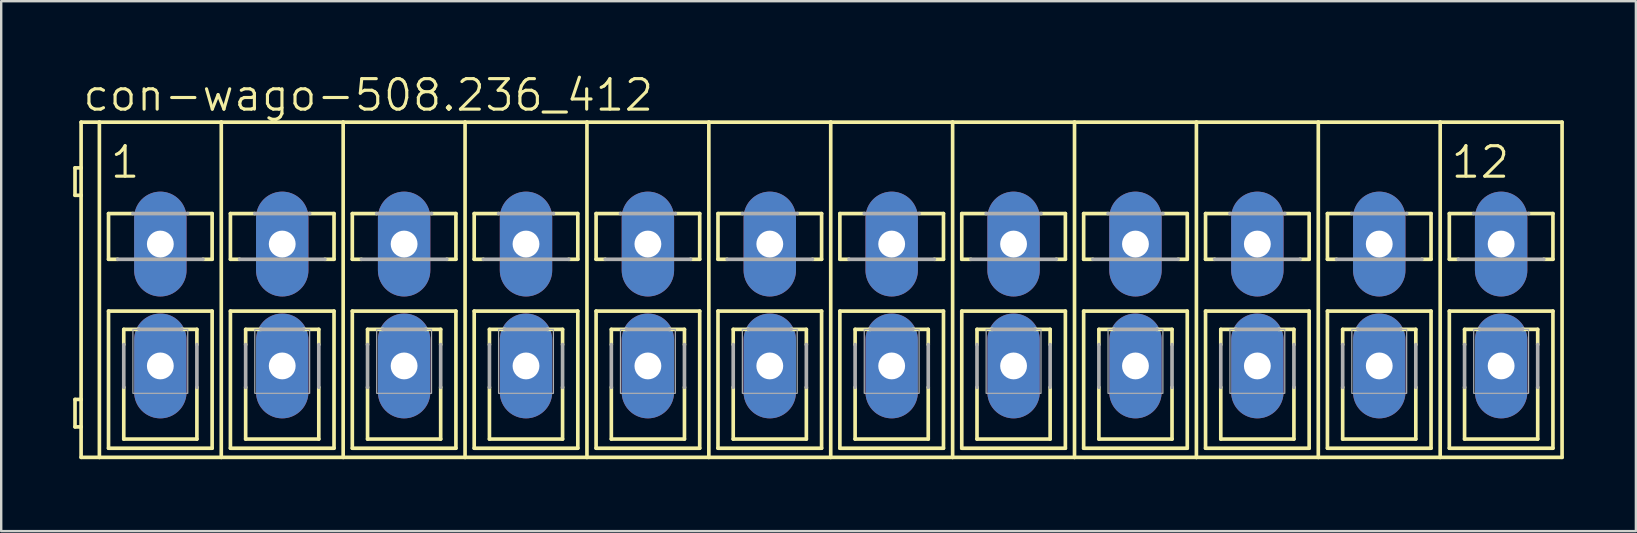
<source format=kicad_pcb>
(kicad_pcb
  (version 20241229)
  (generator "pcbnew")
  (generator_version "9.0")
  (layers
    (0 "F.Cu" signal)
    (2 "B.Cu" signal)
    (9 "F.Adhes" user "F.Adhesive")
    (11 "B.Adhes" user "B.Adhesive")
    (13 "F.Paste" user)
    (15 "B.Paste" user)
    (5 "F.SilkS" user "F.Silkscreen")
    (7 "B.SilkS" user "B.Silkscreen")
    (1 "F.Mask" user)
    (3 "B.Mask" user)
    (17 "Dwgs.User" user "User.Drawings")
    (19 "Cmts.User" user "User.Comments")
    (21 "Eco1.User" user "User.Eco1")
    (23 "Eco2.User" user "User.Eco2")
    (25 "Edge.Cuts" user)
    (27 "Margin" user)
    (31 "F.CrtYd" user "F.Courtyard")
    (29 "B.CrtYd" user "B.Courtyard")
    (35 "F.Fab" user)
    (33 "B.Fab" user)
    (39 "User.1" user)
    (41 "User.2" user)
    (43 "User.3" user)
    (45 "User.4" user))
  (footprint "con-wago-508.236_412"
    (layer "F.Cu")
    (at 3.632 9.661)
    (property "Reference" "con-wago-508.236_412" (at -3.302 -8.001 0) (layer "F.SilkS") (effects (font (size 1.27 1.27) (thickness 0.13)) (justify left bottom)))
    (attr through_hole)
    (fp_line (start -3.556 -4.572) (end -3.556 -5.715) (stroke (width 0.152) (type default)) (layer "F.SilkS"))
    (fp_line (start -3.556 -4.572) (end -3.302 -4.572) (stroke (width 0.152) (type default)) (layer "F.SilkS"))
    (fp_line (start -3.556 3.937) (end -3.556 5.08) (stroke (width 0.152) (type default)) (layer "F.SilkS"))
    (fp_line (start -3.556 5.08) (end -3.302 5.08) (stroke (width 0.152) (type default)) (layer "F.SilkS"))
    (fp_line (start -3.302 -7.62) (end -2.54 -7.62) (stroke (width 0.152) (type default)) (layer "F.SilkS"))
    (fp_line (start -3.302 -5.715) (end -3.556 -5.715) (stroke (width 0.152) (type default)) (layer "F.SilkS"))
    (fp_line (start -3.302 -5.715) (end -3.302 -7.62) (stroke (width 0.152) (type default)) (layer "F.SilkS"))
    (fp_line (start -3.302 -4.572) (end -3.302 -5.715) (stroke (width 0.152) (type default)) (layer "F.SilkS"))
    (fp_line (start -3.302 3.937) (end -3.556 3.937) (stroke (width 0.152) (type default)) (layer "F.SilkS"))
    (fp_line (start -3.302 3.937) (end -3.302 -4.572) (stroke (width 0.152) (type default)) (layer "F.SilkS"))
    (fp_line (start -3.302 5.08) (end -3.302 3.937) (stroke (width 0.152) (type default)) (layer "F.SilkS"))
    (fp_line (start -3.302 6.35) (end -3.302 5.08) (stroke (width 0.152) (type default)) (layer "F.SilkS"))
    (fp_line (start -2.54 6.35) (end -3.302 6.35) (stroke (width 0.152) (type default)) (layer "F.SilkS"))
    (fp_line (start -2.54 6.35) (end -2.54 -7.62) (stroke (width 0.152) (type default)) (layer "F.SilkS"))
    (fp_line (start -2.54 6.35) (end 2.54 6.35) (stroke (width 0.152) (type default)) (layer "F.SilkS"))
    (fp_line (start -2.159 -3.81) (end -1.143 -3.81) (stroke (width 0.152) (type default)) (layer "F.SilkS"))
    (fp_line (start -2.159 -1.905) (end -2.159 -3.81) (stroke (width 0.152) (type default)) (layer "F.SilkS"))
    (fp_line (start -2.159 -1.905) (end -1.778 -1.905) (stroke (width 0.152) (type default)) (layer "F.SilkS"))
    (fp_line (start -2.159 5.969) (end -2.159 0.254) (stroke (width 0.152) (type default)) (layer "F.SilkS"))
    (fp_line (start -2.159 5.969) (end 2.159 5.969) (stroke (width 0.152) (type default)) (layer "F.SilkS"))
    (fp_line (start -1.524 1.651) (end -1.524 1.016) (stroke (width 0.152) (type default)) (layer "F.SilkS"))
    (fp_line (start -1.524 3.429) (end -1.524 5.588) (stroke (width 0.152) (type default)) (layer "F.SilkS"))
    (fp_line (start -0.889 1.016) (end -1.524 1.016) (stroke (width 0.152) (type default)) (layer "F.SilkS"))
    (fp_line (start 0.889 1.016) (end 1.524 1.016) (stroke (width 0.152) (type default)) (layer "F.SilkS"))
    (fp_line (start 1.143 -3.81) (end 2.159 -3.81) (stroke (width 0.152) (type default)) (layer "F.SilkS"))
    (fp_line (start 1.524 1.651) (end 1.524 1.016) (stroke (width 0.152) (type default)) (layer "F.SilkS"))
    (fp_line (start 1.524 3.429) (end 1.524 5.588) (stroke (width 0.152) (type default)) (layer "F.SilkS"))
    (fp_line (start 1.524 5.588) (end -1.524 5.588) (stroke (width 0.152) (type default)) (layer "F.SilkS"))
    (fp_line (start 1.778 -1.905) (end 2.159 -1.905) (stroke (width 0.152) (type default)) (layer "F.SilkS"))
    (fp_line (start 2.159 -3.81) (end 2.159 -1.905) (stroke (width 0.152) (type default)) (layer "F.SilkS"))
    (fp_line (start 2.159 0.254) (end -2.159 0.254) (stroke (width 0.152) (type default)) (layer "F.SilkS"))
    (fp_line (start 2.159 0.254) (end 2.159 5.969) (stroke (width 0.152) (type default)) (layer "F.SilkS"))
    (fp_line (start 2.54 -7.62) (end -2.54 -7.62) (stroke (width 0.152) (type default)) (layer "F.SilkS"))
    (fp_line (start 2.54 6.35) (end 2.54 -7.62) (stroke (width 0.152) (type default)) (layer "F.SilkS"))
    (fp_line (start 2.54 6.35) (end 7.62 6.35) (stroke (width 0.152) (type default)) (layer "F.SilkS"))
    (fp_line (start 2.921 -3.81) (end 3.937 -3.81) (stroke (width 0.152) (type default)) (layer "F.SilkS"))
    (fp_line (start 2.921 -1.905) (end 2.921 -3.81) (stroke (width 0.152) (type default)) (layer "F.SilkS"))
    (fp_line (start 2.921 -1.905) (end 3.302 -1.905) (stroke (width 0.152) (type default)) (layer "F.SilkS"))
    (fp_line (start 2.921 5.969) (end 2.921 0.254) (stroke (width 0.152) (type default)) (layer "F.SilkS"))
    (fp_line (start 2.921 5.969) (end 7.239 5.969) (stroke (width 0.152) (type default)) (layer "F.SilkS"))
    (fp_line (start 3.556 1.651) (end 3.556 1.016) (stroke (width 0.152) (type default)) (layer "F.SilkS"))
    (fp_line (start 3.556 3.429) (end 3.556 5.588) (stroke (width 0.152) (type default)) (layer "F.SilkS"))
    (fp_line (start 4.191 1.016) (end 3.556 1.016) (stroke (width 0.152) (type default)) (layer "F.SilkS"))
    (fp_line (start 5.969 1.016) (end 6.604 1.016) (stroke (width 0.152) (type default)) (layer "F.SilkS"))
    (fp_line (start 6.223 -3.81) (end 7.239 -3.81) (stroke (width 0.152) (type default)) (layer "F.SilkS"))
    (fp_line (start 6.604 1.651) (end 6.604 1.016) (stroke (width 0.152) (type default)) (layer "F.SilkS"))
    (fp_line (start 6.604 3.429) (end 6.604 5.588) (stroke (width 0.152) (type default)) (layer "F.SilkS"))
    (fp_line (start 6.604 5.588) (end 3.556 5.588) (stroke (width 0.152) (type default)) (layer "F.SilkS"))
    (fp_line (start 6.858 -1.905) (end 7.239 -1.905) (stroke (width 0.152) (type default)) (layer "F.SilkS"))
    (fp_line (start 7.239 -3.81) (end 7.239 -1.905) (stroke (width 0.152) (type default)) (layer "F.SilkS"))
    (fp_line (start 7.239 0.254) (end 2.921 0.254) (stroke (width 0.152) (type default)) (layer "F.SilkS"))
    (fp_line (start 7.239 0.254) (end 7.239 5.969) (stroke (width 0.152) (type default)) (layer "F.SilkS"))
    (fp_line (start 7.62 -7.62) (end 2.54 -7.62) (stroke (width 0.152) (type default)) (layer "F.SilkS"))
    (fp_line (start 7.62 6.35) (end 7.62 -7.62) (stroke (width 0.152) (type default)) (layer "F.SilkS"))
    (fp_line (start 7.62 6.35) (end 12.7 6.35) (stroke (width 0.152) (type default)) (layer "F.SilkS"))
    (fp_line (start 8.001 -3.81) (end 9.017 -3.81) (stroke (width 0.152) (type default)) (layer "F.SilkS"))
    (fp_line (start 8.001 -1.905) (end 8.001 -3.81) (stroke (width 0.152) (type default)) (layer "F.SilkS"))
    (fp_line (start 8.001 -1.905) (end 8.382 -1.905) (stroke (width 0.152) (type default)) (layer "F.SilkS"))
    (fp_line (start 8.001 5.969) (end 8.001 0.254) (stroke (width 0.152) (type default)) (layer "F.SilkS"))
    (fp_line (start 8.001 5.969) (end 12.319 5.969) (stroke (width 0.152) (type default)) (layer "F.SilkS"))
    (fp_line (start 8.636 1.651) (end 8.636 1.016) (stroke (width 0.152) (type default)) (layer "F.SilkS"))
    (fp_line (start 8.636 3.429) (end 8.636 5.588) (stroke (width 0.152) (type default)) (layer "F.SilkS"))
    (fp_line (start 9.271 1.016) (end 8.636 1.016) (stroke (width 0.152) (type default)) (layer "F.SilkS"))
    (fp_line (start 11.049 1.016) (end 11.684 1.016) (stroke (width 0.152) (type default)) (layer "F.SilkS"))
    (fp_line (start 11.303 -3.81) (end 12.319 -3.81) (stroke (width 0.152) (type default)) (layer "F.SilkS"))
    (fp_line (start 11.684 1.651) (end 11.684 1.016) (stroke (width 0.152) (type default)) (layer "F.SilkS"))
    (fp_line (start 11.684 3.429) (end 11.684 5.588) (stroke (width 0.152) (type default)) (layer "F.SilkS"))
    (fp_line (start 11.684 5.588) (end 8.636 5.588) (stroke (width 0.152) (type default)) (layer "F.SilkS"))
    (fp_line (start 11.938 -1.905) (end 12.319 -1.905) (stroke (width 0.152) (type default)) (layer "F.SilkS"))
    (fp_line (start 12.319 -3.81) (end 12.319 -1.905) (stroke (width 0.152) (type default)) (layer "F.SilkS"))
    (fp_line (start 12.319 0.254) (end 8.001 0.254) (stroke (width 0.152) (type default)) (layer "F.SilkS"))
    (fp_line (start 12.319 0.254) (end 12.319 5.969) (stroke (width 0.152) (type default)) (layer "F.SilkS"))
    (fp_line (start 12.7 -7.62) (end 7.62 -7.62) (stroke (width 0.152) (type default)) (layer "F.SilkS"))
    (fp_line (start 12.7 6.35) (end 12.7 -7.62) (stroke (width 0.152) (type default)) (layer "F.SilkS"))
    (fp_line (start 12.7 6.35) (end 17.78 6.35) (stroke (width 0.152) (type default)) (layer "F.SilkS"))
    (fp_line (start 13.081 -3.81) (end 14.097 -3.81) (stroke (width 0.152) (type default)) (layer "F.SilkS"))
    (fp_line (start 13.081 -1.905) (end 13.081 -3.81) (stroke (width 0.152) (type default)) (layer "F.SilkS"))
    (fp_line (start 13.081 -1.905) (end 13.462 -1.905) (stroke (width 0.152) (type default)) (layer "F.SilkS"))
    (fp_line (start 13.081 5.969) (end 13.081 0.254) (stroke (width 0.152) (type default)) (layer "F.SilkS"))
    (fp_line (start 13.081 5.969) (end 17.399 5.969) (stroke (width 0.152) (type default)) (layer "F.SilkS"))
    (fp_line (start 13.716 1.651) (end 13.716 1.016) (stroke (width 0.152) (type default)) (layer "F.SilkS"))
    (fp_line (start 13.716 3.429) (end 13.716 5.588) (stroke (width 0.152) (type default)) (layer "F.SilkS"))
    (fp_line (start 14.351 1.016) (end 13.716 1.016) (stroke (width 0.152) (type default)) (layer "F.SilkS"))
    (fp_line (start 16.129 1.016) (end 16.764 1.016) (stroke (width 0.152) (type default)) (layer "F.SilkS"))
    (fp_line (start 16.383 -3.81) (end 17.399 -3.81) (stroke (width 0.152) (type default)) (layer "F.SilkS"))
    (fp_line (start 16.764 1.651) (end 16.764 1.016) (stroke (width 0.152) (type default)) (layer "F.SilkS"))
    (fp_line (start 16.764 3.429) (end 16.764 5.588) (stroke (width 0.152) (type default)) (layer "F.SilkS"))
    (fp_line (start 16.764 5.588) (end 13.716 5.588) (stroke (width 0.152) (type default)) (layer "F.SilkS"))
    (fp_line (start 17.018 -1.905) (end 17.399 -1.905) (stroke (width 0.152) (type default)) (layer "F.SilkS"))
    (fp_line (start 17.399 -3.81) (end 17.399 -1.905) (stroke (width 0.152) (type default)) (layer "F.SilkS"))
    (fp_line (start 17.399 0.254) (end 13.081 0.254) (stroke (width 0.152) (type default)) (layer "F.SilkS"))
    (fp_line (start 17.399 0.254) (end 17.399 5.969) (stroke (width 0.152) (type default)) (layer "F.SilkS"))
    (fp_line (start 17.78 -7.62) (end 12.7 -7.62) (stroke (width 0.152) (type default)) (layer "F.SilkS"))
    (fp_line (start 17.78 6.35) (end 17.78 -7.62) (stroke (width 0.152) (type default)) (layer "F.SilkS"))
    (fp_line (start 17.78 6.35) (end 22.86 6.35) (stroke (width 0.152) (type default)) (layer "F.SilkS"))
    (fp_line (start 18.161 -3.81) (end 19.177 -3.81) (stroke (width 0.152) (type default)) (layer "F.SilkS"))
    (fp_line (start 18.161 -1.905) (end 18.161 -3.81) (stroke (width 0.152) (type default)) (layer "F.SilkS"))
    (fp_line (start 18.161 -1.905) (end 18.542 -1.905) (stroke (width 0.152) (type default)) (layer "F.SilkS"))
    (fp_line (start 18.161 5.969) (end 18.161 0.254) (stroke (width 0.152) (type default)) (layer "F.SilkS"))
    (fp_line (start 18.161 5.969) (end 22.479 5.969) (stroke (width 0.152) (type default)) (layer "F.SilkS"))
    (fp_line (start 18.796 1.651) (end 18.796 1.016) (stroke (width 0.152) (type default)) (layer "F.SilkS"))
    (fp_line (start 18.796 3.429) (end 18.796 5.588) (stroke (width 0.152) (type default)) (layer "F.SilkS"))
    (fp_line (start 19.431 1.016) (end 18.796 1.016) (stroke (width 0.152) (type default)) (layer "F.SilkS"))
    (fp_line (start 21.209 1.016) (end 21.844 1.016) (stroke (width 0.152) (type default)) (layer "F.SilkS"))
    (fp_line (start 21.463 -3.81) (end 22.479 -3.81) (stroke (width 0.152) (type default)) (layer "F.SilkS"))
    (fp_line (start 21.844 1.651) (end 21.844 1.016) (stroke (width 0.152) (type default)) (layer "F.SilkS"))
    (fp_line (start 21.844 3.429) (end 21.844 5.588) (stroke (width 0.152) (type default)) (layer "F.SilkS"))
    (fp_line (start 21.844 5.588) (end 18.796 5.588) (stroke (width 0.152) (type default)) (layer "F.SilkS"))
    (fp_line (start 22.098 -1.905) (end 22.479 -1.905) (stroke (width 0.152) (type default)) (layer "F.SilkS"))
    (fp_line (start 22.479 -3.81) (end 22.479 -1.905) (stroke (width 0.152) (type default)) (layer "F.SilkS"))
    (fp_line (start 22.479 0.254) (end 18.161 0.254) (stroke (width 0.152) (type default)) (layer "F.SilkS"))
    (fp_line (start 22.479 0.254) (end 22.479 5.969) (stroke (width 0.152) (type default)) (layer "F.SilkS"))
    (fp_line (start 22.86 -7.62) (end 17.78 -7.62) (stroke (width 0.152) (type default)) (layer "F.SilkS"))
    (fp_line (start 22.86 6.35) (end 22.86 -7.62) (stroke (width 0.152) (type default)) (layer "F.SilkS"))
    (fp_line (start 22.86 6.35) (end 27.94 6.35) (stroke (width 0.152) (type default)) (layer "F.SilkS"))
    (fp_line (start 23.241 -3.81) (end 24.257 -3.81) (stroke (width 0.152) (type default)) (layer "F.SilkS"))
    (fp_line (start 23.241 -1.905) (end 23.241 -3.81) (stroke (width 0.152) (type default)) (layer "F.SilkS"))
    (fp_line (start 23.241 -1.905) (end 23.622 -1.905) (stroke (width 0.152) (type default)) (layer "F.SilkS"))
    (fp_line (start 23.241 5.969) (end 23.241 0.254) (stroke (width 0.152) (type default)) (layer "F.SilkS"))
    (fp_line (start 23.241 5.969) (end 27.559 5.969) (stroke (width 0.152) (type default)) (layer "F.SilkS"))
    (fp_line (start 23.876 1.651) (end 23.876 1.016) (stroke (width 0.152) (type default)) (layer "F.SilkS"))
    (fp_line (start 23.876 3.429) (end 23.876 5.588) (stroke (width 0.152) (type default)) (layer "F.SilkS"))
    (fp_line (start 24.511 1.016) (end 23.876 1.016) (stroke (width 0.152) (type default)) (layer "F.SilkS"))
    (fp_line (start 26.289 1.016) (end 26.924 1.016) (stroke (width 0.152) (type default)) (layer "F.SilkS"))
    (fp_line (start 26.543 -3.81) (end 27.559 -3.81) (stroke (width 0.152) (type default)) (layer "F.SilkS"))
    (fp_line (start 26.924 1.651) (end 26.924 1.016) (stroke (width 0.152) (type default)) (layer "F.SilkS"))
    (fp_line (start 26.924 3.429) (end 26.924 5.588) (stroke (width 0.152) (type default)) (layer "F.SilkS"))
    (fp_line (start 26.924 5.588) (end 23.876 5.588) (stroke (width 0.152) (type default)) (layer "F.SilkS"))
    (fp_line (start 27.178 -1.905) (end 27.559 -1.905) (stroke (width 0.152) (type default)) (layer "F.SilkS"))
    (fp_line (start 27.559 -3.81) (end 27.559 -1.905) (stroke (width 0.152) (type default)) (layer "F.SilkS"))
    (fp_line (start 27.559 0.254) (end 23.241 0.254) (stroke (width 0.152) (type default)) (layer "F.SilkS"))
    (fp_line (start 27.559 0.254) (end 27.559 5.969) (stroke (width 0.152) (type default)) (layer "F.SilkS"))
    (fp_line (start 27.94 -7.62) (end 22.86 -7.62) (stroke (width 0.152) (type default)) (layer "F.SilkS"))
    (fp_line (start 27.94 6.35) (end 27.94 -7.62) (stroke (width 0.152) (type default)) (layer "F.SilkS"))
    (fp_line (start 27.94 6.35) (end 33.02 6.35) (stroke (width 0.152) (type default)) (layer "F.SilkS"))
    (fp_line (start 28.321 -3.81) (end 29.337 -3.81) (stroke (width 0.152) (type default)) (layer "F.SilkS"))
    (fp_line (start 28.321 -1.905) (end 28.321 -3.81) (stroke (width 0.152) (type default)) (layer "F.SilkS"))
    (fp_line (start 28.321 -1.905) (end 28.702 -1.905) (stroke (width 0.152) (type default)) (layer "F.SilkS"))
    (fp_line (start 28.321 5.969) (end 28.321 0.254) (stroke (width 0.152) (type default)) (layer "F.SilkS"))
    (fp_line (start 28.321 5.969) (end 32.639 5.969) (stroke (width 0.152) (type default)) (layer "F.SilkS"))
    (fp_line (start 28.956 1.651) (end 28.956 1.016) (stroke (width 0.152) (type default)) (layer "F.SilkS"))
    (fp_line (start 28.956 3.429) (end 28.956 5.588) (stroke (width 0.152) (type default)) (layer "F.SilkS"))
    (fp_line (start 29.591 1.016) (end 28.956 1.016) (stroke (width 0.152) (type default)) (layer "F.SilkS"))
    (fp_line (start 31.369 1.016) (end 32.004 1.016) (stroke (width 0.152) (type default)) (layer "F.SilkS"))
    (fp_line (start 31.623 -3.81) (end 32.639 -3.81) (stroke (width 0.152) (type default)) (layer "F.SilkS"))
    (fp_line (start 32.004 1.651) (end 32.004 1.016) (stroke (width 0.152) (type default)) (layer "F.SilkS"))
    (fp_line (start 32.004 3.429) (end 32.004 5.588) (stroke (width 0.152) (type default)) (layer "F.SilkS"))
    (fp_line (start 32.004 5.588) (end 28.956 5.588) (stroke (width 0.152) (type default)) (layer "F.SilkS"))
    (fp_line (start 32.258 -1.905) (end 32.639 -1.905) (stroke (width 0.152) (type default)) (layer "F.SilkS"))
    (fp_line (start 32.639 -3.81) (end 32.639 -1.905) (stroke (width 0.152) (type default)) (layer "F.SilkS"))
    (fp_line (start 32.639 0.254) (end 28.321 0.254) (stroke (width 0.152) (type default)) (layer "F.SilkS"))
    (fp_line (start 32.639 0.254) (end 32.639 5.969) (stroke (width 0.152) (type default)) (layer "F.SilkS"))
    (fp_line (start 33.02 -7.62) (end 27.94 -7.62) (stroke (width 0.152) (type default)) (layer "F.SilkS"))
    (fp_line (start 33.02 6.35) (end 33.02 -7.62) (stroke (width 0.152) (type default)) (layer "F.SilkS"))
    (fp_line (start 33.02 6.35) (end 38.1 6.35) (stroke (width 0.152) (type default)) (layer "F.SilkS"))
    (fp_line (start 33.401 -3.81) (end 34.417 -3.81) (stroke (width 0.152) (type default)) (layer "F.SilkS"))
    (fp_line (start 33.401 -1.905) (end 33.401 -3.81) (stroke (width 0.152) (type default)) (layer "F.SilkS"))
    (fp_line (start 33.401 -1.905) (end 33.782 -1.905) (stroke (width 0.152) (type default)) (layer "F.SilkS"))
    (fp_line (start 33.401 5.969) (end 33.401 0.254) (stroke (width 0.152) (type default)) (layer "F.SilkS"))
    (fp_line (start 33.401 5.969) (end 37.719 5.969) (stroke (width 0.152) (type default)) (layer "F.SilkS"))
    (fp_line (start 34.036 1.651) (end 34.036 1.016) (stroke (width 0.152) (type default)) (layer "F.SilkS"))
    (fp_line (start 34.036 3.429) (end 34.036 5.588) (stroke (width 0.152) (type default)) (layer "F.SilkS"))
    (fp_line (start 34.671 1.016) (end 34.036 1.016) (stroke (width 0.152) (type default)) (layer "F.SilkS"))
    (fp_line (start 36.449 1.016) (end 37.084 1.016) (stroke (width 0.152) (type default)) (layer "F.SilkS"))
    (fp_line (start 36.703 -3.81) (end 37.719 -3.81) (stroke (width 0.152) (type default)) (layer "F.SilkS"))
    (fp_line (start 37.084 1.651) (end 37.084 1.016) (stroke (width 0.152) (type default)) (layer "F.SilkS"))
    (fp_line (start 37.084 3.429) (end 37.084 5.588) (stroke (width 0.152) (type default)) (layer "F.SilkS"))
    (fp_line (start 37.084 5.588) (end 34.036 5.588) (stroke (width 0.152) (type default)) (layer "F.SilkS"))
    (fp_line (start 37.338 -1.905) (end 37.719 -1.905) (stroke (width 0.152) (type default)) (layer "F.SilkS"))
    (fp_line (start 37.719 -3.81) (end 37.719 -1.905) (stroke (width 0.152) (type default)) (layer "F.SilkS"))
    (fp_line (start 37.719 0.254) (end 33.401 0.254) (stroke (width 0.152) (type default)) (layer "F.SilkS"))
    (fp_line (start 37.719 0.254) (end 37.719 5.969) (stroke (width 0.152) (type default)) (layer "F.SilkS"))
    (fp_line (start 38.1 -7.62) (end 33.02 -7.62) (stroke (width 0.152) (type default)) (layer "F.SilkS"))
    (fp_line (start 38.1 6.35) (end 38.1 -7.62) (stroke (width 0.152) (type default)) (layer "F.SilkS"))
    (fp_line (start 38.1 6.35) (end 43.18 6.35) (stroke (width 0.152) (type default)) (layer "F.SilkS"))
    (fp_line (start 38.481 -3.81) (end 39.497 -3.81) (stroke (width 0.152) (type default)) (layer "F.SilkS"))
    (fp_line (start 38.481 -1.905) (end 38.481 -3.81) (stroke (width 0.152) (type default)) (layer "F.SilkS"))
    (fp_line (start 38.481 -1.905) (end 38.862 -1.905) (stroke (width 0.152) (type default)) (layer "F.SilkS"))
    (fp_line (start 38.481 5.969) (end 38.481 0.254) (stroke (width 0.152) (type default)) (layer "F.SilkS"))
    (fp_line (start 38.481 5.969) (end 42.799 5.969) (stroke (width 0.152) (type default)) (layer "F.SilkS"))
    (fp_line (start 39.116 1.651) (end 39.116 1.016) (stroke (width 0.152) (type default)) (layer "F.SilkS"))
    (fp_line (start 39.116 3.429) (end 39.116 5.588) (stroke (width 0.152) (type default)) (layer "F.SilkS"))
    (fp_line (start 39.751 1.016) (end 39.116 1.016) (stroke (width 0.152) (type default)) (layer "F.SilkS"))
    (fp_line (start 41.529 1.016) (end 42.164 1.016) (stroke (width 0.152) (type default)) (layer "F.SilkS"))
    (fp_line (start 41.783 -3.81) (end 42.799 -3.81) (stroke (width 0.152) (type default)) (layer "F.SilkS"))
    (fp_line (start 42.164 1.651) (end 42.164 1.016) (stroke (width 0.152) (type default)) (layer "F.SilkS"))
    (fp_line (start 42.164 3.429) (end 42.164 5.588) (stroke (width 0.152) (type default)) (layer "F.SilkS"))
    (fp_line (start 42.164 5.588) (end 39.116 5.588) (stroke (width 0.152) (type default)) (layer "F.SilkS"))
    (fp_line (start 42.418 -1.905) (end 42.799 -1.905) (stroke (width 0.152) (type default)) (layer "F.SilkS"))
    (fp_line (start 42.799 -3.81) (end 42.799 -1.905) (stroke (width 0.152) (type default)) (layer "F.SilkS"))
    (fp_line (start 42.799 0.254) (end 38.481 0.254) (stroke (width 0.152) (type default)) (layer "F.SilkS"))
    (fp_line (start 42.799 0.254) (end 42.799 5.969) (stroke (width 0.152) (type default)) (layer "F.SilkS"))
    (fp_line (start 43.18 -7.62) (end 38.1 -7.62) (stroke (width 0.152) (type default)) (layer "F.SilkS"))
    (fp_line (start 43.18 6.35) (end 43.18 -7.62) (stroke (width 0.152) (type default)) (layer "F.SilkS"))
    (fp_line (start 43.18 6.35) (end 48.26 6.35) (stroke (width 0.152) (type default)) (layer "F.SilkS"))
    (fp_line (start 43.561 -3.81) (end 44.577 -3.81) (stroke (width 0.152) (type default)) (layer "F.SilkS"))
    (fp_line (start 43.561 -1.905) (end 43.561 -3.81) (stroke (width 0.152) (type default)) (layer "F.SilkS"))
    (fp_line (start 43.561 -1.905) (end 43.942 -1.905) (stroke (width 0.152) (type default)) (layer "F.SilkS"))
    (fp_line (start 43.561 5.969) (end 43.561 0.254) (stroke (width 0.152) (type default)) (layer "F.SilkS"))
    (fp_line (start 43.561 5.969) (end 47.879 5.969) (stroke (width 0.152) (type default)) (layer "F.SilkS"))
    (fp_line (start 44.196 1.651) (end 44.196 1.016) (stroke (width 0.152) (type default)) (layer "F.SilkS"))
    (fp_line (start 44.196 3.429) (end 44.196 5.588) (stroke (width 0.152) (type default)) (layer "F.SilkS"))
    (fp_line (start 44.831 1.016) (end 44.196 1.016) (stroke (width 0.152) (type default)) (layer "F.SilkS"))
    (fp_line (start 46.609 1.016) (end 47.244 1.016) (stroke (width 0.152) (type default)) (layer "F.SilkS"))
    (fp_line (start 46.863 -3.81) (end 47.879 -3.81) (stroke (width 0.152) (type default)) (layer "F.SilkS"))
    (fp_line (start 47.244 1.651) (end 47.244 1.016) (stroke (width 0.152) (type default)) (layer "F.SilkS"))
    (fp_line (start 47.244 3.429) (end 47.244 5.588) (stroke (width 0.152) (type default)) (layer "F.SilkS"))
    (fp_line (start 47.244 5.588) (end 44.196 5.588) (stroke (width 0.152) (type default)) (layer "F.SilkS"))
    (fp_line (start 47.498 -1.905) (end 47.879 -1.905) (stroke (width 0.152) (type default)) (layer "F.SilkS"))
    (fp_line (start 47.879 -3.81) (end 47.879 -1.905) (stroke (width 0.152) (type default)) (layer "F.SilkS"))
    (fp_line (start 47.879 0.254) (end 43.561 0.254) (stroke (width 0.152) (type default)) (layer "F.SilkS"))
    (fp_line (start 47.879 0.254) (end 47.879 5.969) (stroke (width 0.152) (type default)) (layer "F.SilkS"))
    (fp_line (start 48.26 -7.62) (end 43.18 -7.62) (stroke (width 0.152) (type default)) (layer "F.SilkS"))
    (fp_line (start 48.26 6.35) (end 48.26 -7.62) (stroke (width 0.152) (type default)) (layer "F.SilkS"))
    (fp_line (start 48.26 6.35) (end 53.34 6.35) (stroke (width 0.152) (type default)) (layer "F.SilkS"))
    (fp_line (start 48.641 -3.81) (end 49.657 -3.81) (stroke (width 0.152) (type default)) (layer "F.SilkS"))
    (fp_line (start 48.641 -1.905) (end 48.641 -3.81) (stroke (width 0.152) (type default)) (layer "F.SilkS"))
    (fp_line (start 48.641 -1.905) (end 49.022 -1.905) (stroke (width 0.152) (type default)) (layer "F.SilkS"))
    (fp_line (start 48.641 5.969) (end 48.641 0.254) (stroke (width 0.152) (type default)) (layer "F.SilkS"))
    (fp_line (start 48.641 5.969) (end 52.959 5.969) (stroke (width 0.152) (type default)) (layer "F.SilkS"))
    (fp_line (start 49.276 1.651) (end 49.276 1.016) (stroke (width 0.152) (type default)) (layer "F.SilkS"))
    (fp_line (start 49.276 3.429) (end 49.276 5.588) (stroke (width 0.152) (type default)) (layer "F.SilkS"))
    (fp_line (start 49.911 1.016) (end 49.276 1.016) (stroke (width 0.152) (type default)) (layer "F.SilkS"))
    (fp_line (start 51.689 1.016) (end 52.324 1.016) (stroke (width 0.152) (type default)) (layer "F.SilkS"))
    (fp_line (start 51.943 -3.81) (end 52.959 -3.81) (stroke (width 0.152) (type default)) (layer "F.SilkS"))
    (fp_line (start 52.324 1.651) (end 52.324 1.016) (stroke (width 0.152) (type default)) (layer "F.SilkS"))
    (fp_line (start 52.324 3.429) (end 52.324 5.588) (stroke (width 0.152) (type default)) (layer "F.SilkS"))
    (fp_line (start 52.324 5.588) (end 49.276 5.588) (stroke (width 0.152) (type default)) (layer "F.SilkS"))
    (fp_line (start 52.578 -1.905) (end 52.959 -1.905) (stroke (width 0.152) (type default)) (layer "F.SilkS"))
    (fp_line (start 52.959 -3.81) (end 52.959 -1.905) (stroke (width 0.152) (type default)) (layer "F.SilkS"))
    (fp_line (start 52.959 0.254) (end 48.641 0.254) (stroke (width 0.152) (type default)) (layer "F.SilkS"))
    (fp_line (start 52.959 0.254) (end 52.959 5.969) (stroke (width 0.152) (type default)) (layer "F.SilkS"))
    (fp_line (start 53.34 -7.62) (end 48.26 -7.62) (stroke (width 0.152) (type default)) (layer "F.SilkS"))
    (fp_line (start 53.34 6.35) (end 53.34 -7.62) (stroke (width 0.152) (type default)) (layer "F.SilkS"))
    (fp_line (start 53.34 6.35) (end 58.42 6.35) (stroke (width 0.152) (type default)) (layer "F.SilkS"))
    (fp_line (start 53.721 -3.81) (end 54.737 -3.81) (stroke (width 0.152) (type default)) (layer "F.SilkS"))
    (fp_line (start 53.721 -1.905) (end 53.721 -3.81) (stroke (width 0.152) (type default)) (layer "F.SilkS"))
    (fp_line (start 53.721 -1.905) (end 54.102 -1.905) (stroke (width 0.152) (type default)) (layer "F.SilkS"))
    (fp_line (start 53.721 5.969) (end 53.721 0.254) (stroke (width 0.152) (type default)) (layer "F.SilkS"))
    (fp_line (start 53.721 5.969) (end 58.039 5.969) (stroke (width 0.152) (type default)) (layer "F.SilkS"))
    (fp_line (start 54.356 1.651) (end 54.356 1.016) (stroke (width 0.152) (type default)) (layer "F.SilkS"))
    (fp_line (start 54.356 3.429) (end 54.356 5.588) (stroke (width 0.152) (type default)) (layer "F.SilkS"))
    (fp_line (start 54.991 1.016) (end 54.356 1.016) (stroke (width 0.152) (type default)) (layer "F.SilkS"))
    (fp_line (start 56.769 1.016) (end 57.404 1.016) (stroke (width 0.152) (type default)) (layer "F.SilkS"))
    (fp_line (start 57.023 -3.81) (end 58.039 -3.81) (stroke (width 0.152) (type default)) (layer "F.SilkS"))
    (fp_line (start 57.404 1.651) (end 57.404 1.016) (stroke (width 0.152) (type default)) (layer "F.SilkS"))
    (fp_line (start 57.404 3.429) (end 57.404 5.588) (stroke (width 0.152) (type default)) (layer "F.SilkS"))
    (fp_line (start 57.404 5.588) (end 54.356 5.588) (stroke (width 0.152) (type default)) (layer "F.SilkS"))
    (fp_line (start 57.658 -1.905) (end 58.039 -1.905) (stroke (width 0.152) (type default)) (layer "F.SilkS"))
    (fp_line (start 58.039 -3.81) (end 58.039 -1.905) (stroke (width 0.152) (type default)) (layer "F.SilkS"))
    (fp_line (start 58.039 0.254) (end 53.721 0.254) (stroke (width 0.152) (type default)) (layer "F.SilkS"))
    (fp_line (start 58.039 0.254) (end 58.039 5.969) (stroke (width 0.152) (type default)) (layer "F.SilkS"))
    (fp_line (start 58.42 -7.62) (end 53.34 -7.62) (stroke (width 0.152) (type default)) (layer "F.SilkS"))
    (fp_line (start 58.42 6.35) (end 58.42 -7.62) (stroke (width 0.152) (type default)) (layer "F.SilkS"))
    (fp_line (start -1.778 -1.905) (end 1.778 -1.905) (stroke (width 0.152) (type default)) (layer "F.Fab"))
    (fp_line (start -1.524 1.651) (end -1.524 3.429) (stroke (width 0.152) (type default)) (layer "F.Fab"))
    (fp_line (start -0.889 1.016) (end 0.889 1.016) (stroke (width 0.152) (type default)) (layer "F.Fab"))
    (fp_line (start 1.143 -3.81) (end -1.143 -3.81) (stroke (width 0.152) (type default)) (layer "F.Fab"))
    (fp_line (start 1.524 1.651) (end 1.524 3.429) (stroke (width 0.152) (type default)) (layer "F.Fab"))
    (fp_line (start 3.302 -1.905) (end 6.858 -1.905) (stroke (width 0.152) (type default)) (layer "F.Fab"))
    (fp_line (start 3.556 1.651) (end 3.556 3.429) (stroke (width 0.152) (type default)) (layer "F.Fab"))
    (fp_line (start 4.191 1.016) (end 5.969 1.016) (stroke (width 0.152) (type default)) (layer "F.Fab"))
    (fp_line (start 6.223 -3.81) (end 3.937 -3.81) (stroke (width 0.152) (type default)) (layer "F.Fab"))
    (fp_line (start 6.604 1.651) (end 6.604 3.429) (stroke (width 0.152) (type default)) (layer "F.Fab"))
    (fp_line (start 8.382 -1.905) (end 11.938 -1.905) (stroke (width 0.152) (type default)) (layer "F.Fab"))
    (fp_line (start 8.636 1.651) (end 8.636 3.429) (stroke (width 0.152) (type default)) (layer "F.Fab"))
    (fp_line (start 9.271 1.016) (end 11.049 1.016) (stroke (width 0.152) (type default)) (layer "F.Fab"))
    (fp_line (start 11.303 -3.81) (end 9.017 -3.81) (stroke (width 0.152) (type default)) (layer "F.Fab"))
    (fp_line (start 11.684 1.651) (end 11.684 3.429) (stroke (width 0.152) (type default)) (layer "F.Fab"))
    (fp_line (start 13.462 -1.905) (end 17.018 -1.905) (stroke (width 0.152) (type default)) (layer "F.Fab"))
    (fp_line (start 13.716 1.651) (end 13.716 3.429) (stroke (width 0.152) (type default)) (layer "F.Fab"))
    (fp_line (start 14.351 1.016) (end 16.129 1.016) (stroke (width 0.152) (type default)) (layer "F.Fab"))
    (fp_line (start 16.383 -3.81) (end 14.097 -3.81) (stroke (width 0.152) (type default)) (layer "F.Fab"))
    (fp_line (start 16.764 1.651) (end 16.764 3.429) (stroke (width 0.152) (type default)) (layer "F.Fab"))
    (fp_line (start 18.542 -1.905) (end 22.098 -1.905) (stroke (width 0.152) (type default)) (layer "F.Fab"))
    (fp_line (start 18.796 1.651) (end 18.796 3.429) (stroke (width 0.152) (type default)) (layer "F.Fab"))
    (fp_line (start 19.431 1.016) (end 21.209 1.016) (stroke (width 0.152) (type default)) (layer "F.Fab"))
    (fp_line (start 21.463 -3.81) (end 19.177 -3.81) (stroke (width 0.152) (type default)) (layer "F.Fab"))
    (fp_line (start 21.844 1.651) (end 21.844 3.429) (stroke (width 0.152) (type default)) (layer "F.Fab"))
    (fp_line (start 23.622 -1.905) (end 27.178 -1.905) (stroke (width 0.152) (type default)) (layer "F.Fab"))
    (fp_line (start 23.876 1.651) (end 23.876 3.429) (stroke (width 0.152) (type default)) (layer "F.Fab"))
    (fp_line (start 24.511 1.016) (end 26.289 1.016) (stroke (width 0.152) (type default)) (layer "F.Fab"))
    (fp_line (start 26.543 -3.81) (end 24.257 -3.81) (stroke (width 0.152) (type default)) (layer "F.Fab"))
    (fp_line (start 26.924 1.651) (end 26.924 3.429) (stroke (width 0.152) (type default)) (layer "F.Fab"))
    (fp_line (start 28.702 -1.905) (end 32.258 -1.905) (stroke (width 0.152) (type default)) (layer "F.Fab"))
    (fp_line (start 28.956 1.651) (end 28.956 3.429) (stroke (width 0.152) (type default)) (layer "F.Fab"))
    (fp_line (start 29.591 1.016) (end 31.369 1.016) (stroke (width 0.152) (type default)) (layer "F.Fab"))
    (fp_line (start 31.623 -3.81) (end 29.337 -3.81) (stroke (width 0.152) (type default)) (layer "F.Fab"))
    (fp_line (start 32.004 1.651) (end 32.004 3.429) (stroke (width 0.152) (type default)) (layer "F.Fab"))
    (fp_line (start 33.782 -1.905) (end 37.338 -1.905) (stroke (width 0.152) (type default)) (layer "F.Fab"))
    (fp_line (start 34.036 1.651) (end 34.036 3.429) (stroke (width 0.152) (type default)) (layer "F.Fab"))
    (fp_line (start 34.671 1.016) (end 36.449 1.016) (stroke (width 0.152) (type default)) (layer "F.Fab"))
    (fp_line (start 36.703 -3.81) (end 34.417 -3.81) (stroke (width 0.152) (type default)) (layer "F.Fab"))
    (fp_line (start 37.084 1.651) (end 37.084 3.429) (stroke (width 0.152) (type default)) (layer "F.Fab"))
    (fp_line (start 38.862 -1.905) (end 42.418 -1.905) (stroke (width 0.152) (type default)) (layer "F.Fab"))
    (fp_line (start 39.116 1.651) (end 39.116 3.429) (stroke (width 0.152) (type default)) (layer "F.Fab"))
    (fp_line (start 39.751 1.016) (end 41.529 1.016) (stroke (width 0.152) (type default)) (layer "F.Fab"))
    (fp_line (start 41.783 -3.81) (end 39.497 -3.81) (stroke (width 0.152) (type default)) (layer "F.Fab"))
    (fp_line (start 42.164 1.651) (end 42.164 3.429) (stroke (width 0.152) (type default)) (layer "F.Fab"))
    (fp_line (start 43.942 -1.905) (end 47.498 -1.905) (stroke (width 0.152) (type default)) (layer "F.Fab"))
    (fp_line (start 44.196 1.651) (end 44.196 3.429) (stroke (width 0.152) (type default)) (layer "F.Fab"))
    (fp_line (start 44.831 1.016) (end 46.609 1.016) (stroke (width 0.152) (type default)) (layer "F.Fab"))
    (fp_line (start 46.863 -3.81) (end 44.577 -3.81) (stroke (width 0.152) (type default)) (layer "F.Fab"))
    (fp_line (start 47.244 1.651) (end 47.244 3.429) (stroke (width 0.152) (type default)) (layer "F.Fab"))
    (fp_line (start 49.022 -1.905) (end 52.578 -1.905) (stroke (width 0.152) (type default)) (layer "F.Fab"))
    (fp_line (start 49.276 1.651) (end 49.276 3.429) (stroke (width 0.152) (type default)) (layer "F.Fab"))
    (fp_line (start 49.911 1.016) (end 51.689 1.016) (stroke (width 0.152) (type default)) (layer "F.Fab"))
    (fp_line (start 51.943 -3.81) (end 49.657 -3.81) (stroke (width 0.152) (type default)) (layer "F.Fab"))
    (fp_line (start 52.324 1.651) (end 52.324 3.429) (stroke (width 0.152) (type default)) (layer "F.Fab"))
    (fp_line (start 54.102 -1.905) (end 57.658 -1.905) (stroke (width 0.152) (type default)) (layer "F.Fab"))
    (fp_line (start 54.356 1.651) (end 54.356 3.429) (stroke (width 0.152) (type default)) (layer "F.Fab"))
    (fp_line (start 54.991 1.016) (end 56.769 1.016) (stroke (width 0.152) (type default)) (layer "F.Fab"))
    (fp_line (start 57.023 -3.81) (end 54.737 -3.81) (stroke (width 0.152) (type default)) (layer "F.Fab"))
    (fp_line (start 57.404 1.651) (end 57.404 3.429) (stroke (width 0.152) (type default)) (layer "F.Fab"))
    (fp_rect (start -1.143 3.683) (end 1.143 1.016) (stroke (width 0.05) (type default)) (fill no) (layer "F.Fab"))
    (fp_rect (start 3.937 3.683) (end 6.223 1.016) (stroke (width 0.05) (type default)) (fill no) (layer "F.Fab"))
    (fp_rect (start 9.017 3.683) (end 11.303 1.016) (stroke (width 0.05) (type default)) (fill no) (layer "F.Fab"))
    (fp_rect (start 14.097 3.683) (end 16.383 1.016) (stroke (width 0.05) (type default)) (fill no) (layer "F.Fab"))
    (fp_rect (start 19.177 3.683) (end 21.463 1.016) (stroke (width 0.05) (type default)) (fill no) (layer "F.Fab"))
    (fp_rect (start 24.257 3.683) (end 26.543 1.016) (stroke (width 0.05) (type default)) (fill no) (layer "F.Fab"))
    (fp_rect (start 29.337 3.683) (end 31.623 1.016) (stroke (width 0.05) (type default)) (fill no) (layer "F.Fab"))
    (fp_rect (start 34.417 3.683) (end 36.703 1.016) (stroke (width 0.05) (type default)) (fill no) (layer "F.Fab"))
    (fp_rect (start 39.497 3.683) (end 41.783 1.016) (stroke (width 0.05) (type default)) (fill no) (layer "F.Fab"))
    (fp_rect (start 44.577 3.683) (end 46.863 1.016) (stroke (width 0.05) (type default)) (fill no) (layer "F.Fab"))
    (fp_rect (start 49.657 3.683) (end 51.943 1.016) (stroke (width 0.05) (type default)) (fill no) (layer "F.Fab"))
    (fp_rect (start 54.737 3.683) (end 57.023 1.016) (stroke (width 0.05) (type default)) (fill no) (layer "F.Fab"))
    (fp_text user "12" (at 53.721 -5.207 0) (layer "F.SilkS") (effects (font (size 1.27 1.27) (thickness 0.13)) (justify left bottom)))
    (fp_text user "1" (at -2.159 -5.207 0) (layer "F.SilkS") (effects (font (size 1.27 1.27) (thickness 0.13)) (justify left bottom)))
    (pad "1@1" thru_hole oval (at 0 2.54 90) (size 4.369 2.184) (drill 1.118) (layers "*.Cu" "*.Mask"))
    (pad "1@2" thru_hole oval (at 0 -2.54 90) (size 4.369 2.184) (drill 1.118) (layers "*.Cu" "*.Mask"))
    (pad "2@1" thru_hole oval (at 5.08 2.54 90) (size 4.369 2.184) (drill 1.118) (layers "*.Cu" "*.Mask"))
    (pad "2@2" thru_hole oval (at 5.08 -2.54 90) (size 4.369 2.184) (drill 1.118) (layers "*.Cu" "*.Mask"))
    (pad "3@1" thru_hole oval (at 10.16 2.54 90) (size 4.369 2.184) (drill 1.118) (layers "*.Cu" "*.Mask"))
    (pad "3@2" thru_hole oval (at 10.16 -2.54 90) (size 4.369 2.184) (drill 1.118) (layers "*.Cu" "*.Mask"))
    (pad "4@1" thru_hole oval (at 15.24 2.54 90) (size 4.369 2.184) (drill 1.118) (layers "*.Cu" "*.Mask"))
    (pad "4@2" thru_hole oval (at 15.24 -2.54 90) (size 4.369 2.184) (drill 1.118) (layers "*.Cu" "*.Mask"))
    (pad "5@1" thru_hole oval (at 20.32 2.54 90) (size 4.369 2.184) (drill 1.118) (layers "*.Cu" "*.Mask"))
    (pad "5@2" thru_hole oval (at 20.32 -2.54 90) (size 4.369 2.184) (drill 1.118) (layers "*.Cu" "*.Mask"))
    (pad "6@1" thru_hole oval (at 25.4 2.54 90) (size 4.369 2.184) (drill 1.118) (layers "*.Cu" "*.Mask"))
    (pad "6@2" thru_hole oval (at 25.4 -2.54 90) (size 4.369 2.184) (drill 1.118) (layers "*.Cu" "*.Mask"))
    (pad "7@1" thru_hole oval (at 30.48 2.54 90) (size 4.369 2.184) (drill 1.118) (layers "*.Cu" "*.Mask"))
    (pad "7@2" thru_hole oval (at 30.48 -2.54 90) (size 4.369 2.184) (drill 1.118) (layers "*.Cu" "*.Mask"))
    (pad "8@1" thru_hole oval (at 35.56 2.54 90) (size 4.369 2.184) (drill 1.118) (layers "*.Cu" "*.Mask"))
    (pad "8@2" thru_hole oval (at 35.56 -2.54 90) (size 4.369 2.184) (drill 1.118) (layers "*.Cu" "*.Mask"))
    (pad "9@1" thru_hole oval (at 40.64 2.54 90) (size 4.369 2.184) (drill 1.118) (layers "*.Cu" "*.Mask"))
    (pad "9@2" thru_hole oval (at 40.64 -2.54 90) (size 4.369 2.184) (drill 1.118) (layers "*.Cu" "*.Mask"))
    (pad "10@1" thru_hole oval (at 45.72 2.54 90) (size 4.369 2.184) (drill 1.118) (layers "*.Cu" "*.Mask"))
    (pad "10@2" thru_hole oval (at 45.72 -2.54 90) (size 4.369 2.184) (drill 1.118) (layers "*.Cu" "*.Mask"))
    (pad "11@1" thru_hole oval (at 50.8 2.54 90) (size 4.369 2.184) (drill 1.118) (layers "*.Cu" "*.Mask"))
    (pad "11@2" thru_hole oval (at 50.8 -2.54 90) (size 4.369 2.184) (drill 1.118) (layers "*.Cu" "*.Mask"))
    (pad "12@1" thru_hole oval (at 55.88 2.54 90) (size 4.369 2.184) (drill 1.118) (layers "*.Cu" "*.Mask"))
    (pad "12@2" thru_hole oval (at 55.88 -2.54 90) (size 4.369 2.184) (drill 1.118) (layers "*.Cu" "*.Mask")))
  (gr_rect
    (start -3 -3)
    (end 65.128 19.087)
    (stroke (width 0.1) (type default))
    (fill no)
    (layer "Edge.Cuts")))
</source>
